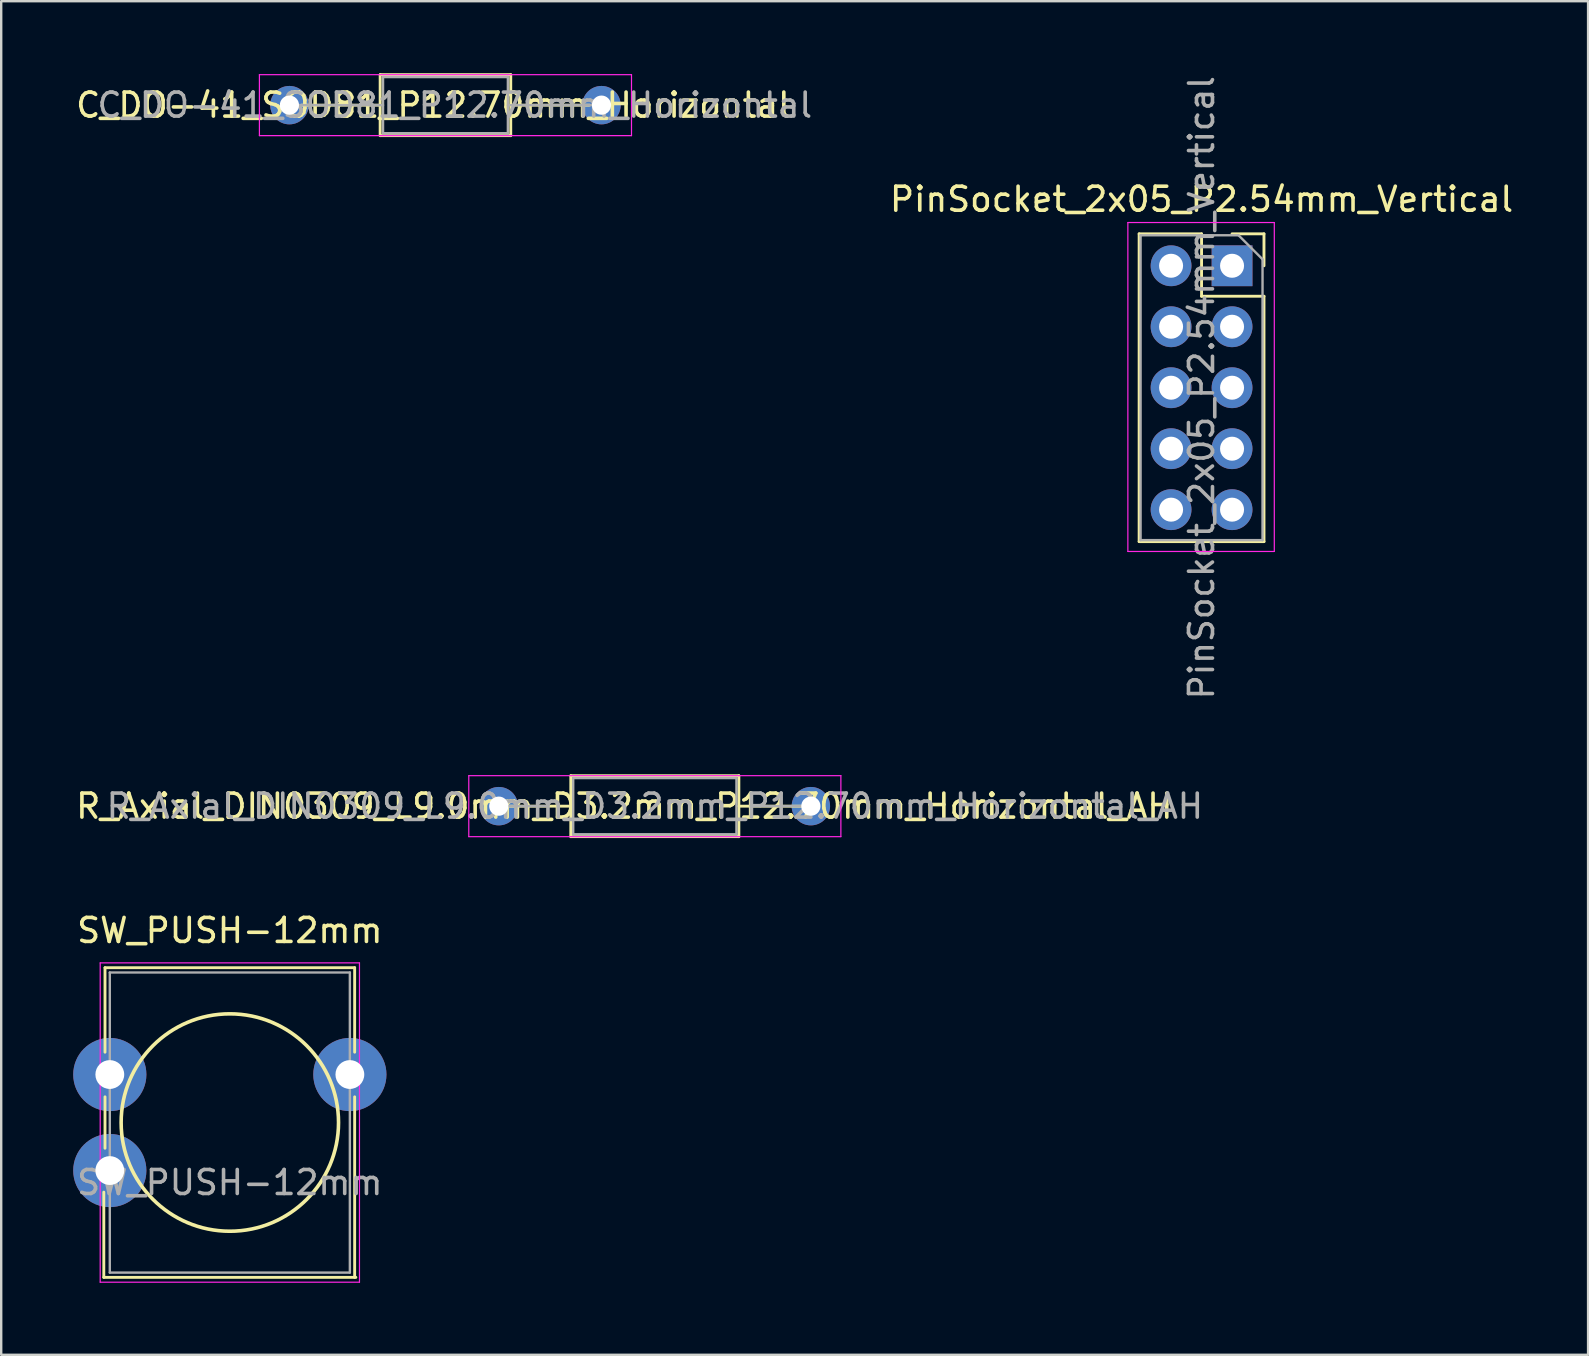
<source format=kicad_pcb>
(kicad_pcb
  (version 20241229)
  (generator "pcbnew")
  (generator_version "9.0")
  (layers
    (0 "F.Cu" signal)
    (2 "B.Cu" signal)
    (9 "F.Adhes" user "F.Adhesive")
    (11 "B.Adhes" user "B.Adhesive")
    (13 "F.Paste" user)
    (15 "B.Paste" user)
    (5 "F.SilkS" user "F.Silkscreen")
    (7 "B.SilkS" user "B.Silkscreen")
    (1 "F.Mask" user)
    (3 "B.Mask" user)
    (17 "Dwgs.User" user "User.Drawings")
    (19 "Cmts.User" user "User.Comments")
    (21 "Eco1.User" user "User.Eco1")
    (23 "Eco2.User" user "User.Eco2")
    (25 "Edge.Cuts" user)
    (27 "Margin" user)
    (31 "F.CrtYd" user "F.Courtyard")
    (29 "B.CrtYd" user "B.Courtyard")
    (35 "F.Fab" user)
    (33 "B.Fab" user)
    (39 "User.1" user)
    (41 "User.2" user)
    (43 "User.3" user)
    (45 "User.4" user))
  (footprint "R_Axial_DIN0309_L9.0mm_D3.2mm_P12.70mm_Horizontal_AH"
    (layer "F.Cu")
    (at 24.228 30.532)
    (property "Reference" "R_Axial_DIN0309_L9.0mm_D3.2mm_P12.70mm_Horizontal_AH" (at -1.27 0 0) (layer "F.SilkS") (effects (font (size 1 1) (thickness 0.15))))
    (attr through_hole)
    (fp_line (start -6.096 0) (end -3.5 0) (stroke (width 0.12) (type solid)) (layer "F.SilkS"))
    (fp_line (start -3.5 -1.27) (end -3.5 1.27) (stroke (width 0.12) (type solid)) (layer "F.SilkS"))
    (fp_line (start -3.5 1.27) (end 3.5 1.27) (stroke (width 0.12) (type solid)) (layer "F.SilkS"))
    (fp_line (start 3.5 -1.27) (end -3.5 -1.27) (stroke (width 0.12) (type solid)) (layer "F.SilkS"))
    (fp_line (start 3.5 1.27) (end 3.5 -1.27) (stroke (width 0.12) (type solid)) (layer "F.SilkS"))
    (fp_line (start 6.096 0) (end 3.5 0) (stroke (width 0.12) (type solid)) (layer "F.SilkS"))
    (fp_line (start -7.75 -1.27) (end -7.75 1.27) (stroke (width 0.05) (type solid)) (layer "F.CrtYd"))
    (fp_line (start -7.75 1.27) (end 7.75 1.27) (stroke (width 0.05) (type solid)) (layer "F.CrtYd"))
    (fp_line (start 7.75 -1.27) (end -7.75 -1.27) (stroke (width 0.05) (type solid)) (layer "F.CrtYd"))
    (fp_line (start 7.75 1.27) (end 7.75 -1.27) (stroke (width 0.05) (type solid)) (layer "F.CrtYd"))
    (fp_line (start -6.35 0) (end -4.5 0) (stroke (width 0.1) (type solid)) (layer "F.Fab"))
    (fp_line (start -3.4 -1.17) (end -3.4 1.17) (stroke (width 0.1) (type solid)) (layer "F.Fab"))
    (fp_line (start -3.4 1.17) (end 3.4 1.17) (stroke (width 0.1) (type solid)) (layer "F.Fab"))
    (fp_line (start 3.4 -1.17) (end -3.4 -1.17) (stroke (width 0.1) (type solid)) (layer "F.Fab"))
    (fp_line (start 3.4 1.17) (end 3.4 -1.17) (stroke (width 0.1) (type solid)) (layer "F.Fab"))
    (fp_line (start 6.35 0) (end 4.5 0) (stroke (width 0.1) (type solid)) (layer "F.Fab"))
    (fp_text user "${REFERENCE}" (at 0 0 0) (layer "F.Fab") (effects (font (size 1 1) (thickness 0.15))))
    (pad "1" thru_hole circle (at -6.5 0) (size 1.6 1.6) (drill 0.8) (layers "*.Cu" "*.Mask"))
    (pad "2" thru_hole oval (at 6.5 0) (size 1.6 1.6) (drill 0.8) (layers "*.Cu" "*.Mask")))
  (footprint "SW_PUSH-12mm"
    (layer "F.Cu")
    (at 6.524 43.711)
    (property "Reference" "SW_PUSH-12mm" (at 0 -8 0) (layer "F.SilkS") (effects (font (size 1 1) (thickness 0.15))))
    (attr through_hole)
    (fp_line (start -5.25 6.45) (end -5.25 2.9) (stroke (width 0.12) (type solid)) (layer "F.SilkS"))
    (fp_line (start -5.2 -6.45) (end 5.2 -6.45) (stroke (width 0.12) (type solid)) (layer "F.SilkS"))
    (fp_line (start -5.2 -2.93) (end -5.2 -6.45) (stroke (width 0.12) (type solid)) (layer "F.SilkS"))
    (fp_line (start -5.2 1.07) (end -5.2 -1.07) (stroke (width 0.12) (type solid)) (layer "F.SilkS"))
    (fp_line (start 5.2 -2.93) (end 5.2 -6.45) (stroke (width 0.12) (type solid)) (layer "F.SilkS"))
    (fp_line (start 5.2 6.45) (end 5.2 -1.07) (stroke (width 0.12) (type solid)) (layer "F.SilkS"))
    (fp_line (start 5.25 6.45) (end -5.25 6.45) (stroke (width 0.12) (type solid)) (layer "F.SilkS"))
    (fp_circle (center 0 0) (end 4.528 0) (stroke (width 0.15) (type solid)) (fill no) (layer "F.SilkS"))
    (fp_line (start -5.4 -6.65) (end -5.4 6.65) (stroke (width 0.05) (type solid)) (layer "F.CrtYd"))
    (fp_line (start -5.4 -6.65) (end 5.4 -6.65) (stroke (width 0.05) (type solid)) (layer "F.CrtYd"))
    (fp_line (start 5.4 -6.65) (end 5.4 6.65) (stroke (width 0.05) (type solid)) (layer "F.CrtYd"))
    (fp_line (start 5.4 6.65) (end -5.4 6.65) (stroke (width 0.05) (type solid)) (layer "F.CrtYd"))
    (fp_line (start -5 -6.25) (end -5 6.25) (stroke (width 0.1) (type solid)) (layer "F.Fab"))
    (fp_line (start -5 -6.25) (end 5 -6.25) (stroke (width 0.1) (type solid)) (layer "F.Fab"))
    (fp_line (start -5 6.25) (end 5 6.25) (stroke (width 0.1) (type solid)) (layer "F.Fab"))
    (fp_line (start 5 -6.25) (end 5 6.25) (stroke (width 0.1) (type solid)) (layer "F.Fab"))
    (fp_text user "${REFERENCE}" (at 0 2.5 0) (layer "F.Fab") (effects (font (size 1 1) (thickness 0.15))))
    (pad "1" thru_hole circle (at -5 -2) (size 3.048 3.048) (drill 1.2) (layers "*.Cu" "*.Mask"))
    (pad "2" thru_hole circle (at -5 2) (size 3.048 3.048) (drill 1.2) (layers "*.Cu" "*.Mask"))
    (pad "3" thru_hole circle (at 5 -2) (size 3.048 3.048) (drill 1.2) (layers "*.Cu" "*.Mask")))
  (footprint "PinSocket_2x05_P2.54mm_Vertical"
    (layer "F.Cu")
    (at 48.273 8.021)
    (property "Reference" "PinSocket_2x05_P2.54mm_Vertical" (at -1.27 -2.77 0) (layer "F.SilkS") (effects (font (size 1 1) (thickness 0.15))))
    (attr through_hole)
    (fp_line (start -3.87 -1.33) (end -3.87 11.49) (stroke (width 0.12) (type solid)) (layer "F.SilkS"))
    (fp_line (start -3.87 -1.33) (end -1.27 -1.33) (stroke (width 0.12) (type solid)) (layer "F.SilkS"))
    (fp_line (start -3.87 11.49) (end 1.33 11.49) (stroke (width 0.12) (type solid)) (layer "F.SilkS"))
    (fp_line (start -1.27 -1.33) (end -1.27 1.27) (stroke (width 0.12) (type solid)) (layer "F.SilkS"))
    (fp_line (start -1.27 1.27) (end 1.33 1.27) (stroke (width 0.12) (type solid)) (layer "F.SilkS"))
    (fp_line (start 0 -1.33) (end 1.33 -1.33) (stroke (width 0.12) (type solid)) (layer "F.SilkS"))
    (fp_line (start 1.33 -1.33) (end 1.33 0) (stroke (width 0.12) (type solid)) (layer "F.SilkS"))
    (fp_line (start 1.33 1.27) (end 1.33 11.49) (stroke (width 0.12) (type solid)) (layer "F.SilkS"))
    (fp_line (start -4.34 -1.8) (end 1.76 -1.8) (stroke (width 0.05) (type solid)) (layer "F.CrtYd"))
    (fp_line (start -4.34 11.9) (end -4.34 -1.8) (stroke (width 0.05) (type solid)) (layer "F.CrtYd"))
    (fp_line (start 1.76 -1.8) (end 1.76 11.9) (stroke (width 0.05) (type solid)) (layer "F.CrtYd"))
    (fp_line (start 1.76 11.9) (end -4.34 11.9) (stroke (width 0.05) (type solid)) (layer "F.CrtYd"))
    (fp_line (start -3.81 -1.27) (end 0.27 -1.27) (stroke (width 0.1) (type solid)) (layer "F.Fab"))
    (fp_line (start -3.81 11.43) (end -3.81 -1.27) (stroke (width 0.1) (type solid)) (layer "F.Fab"))
    (fp_line (start 0.27 -1.27) (end 1.27 -0.27) (stroke (width 0.1) (type solid)) (layer "F.Fab"))
    (fp_line (start 1.27 -0.27) (end 1.27 11.43) (stroke (width 0.1) (type solid)) (layer "F.Fab"))
    (fp_line (start 1.27 11.43) (end -3.81 11.43) (stroke (width 0.1) (type solid)) (layer "F.Fab"))
    (fp_text user "${REFERENCE}" (at -1.27 5.08 90) (layer "F.Fab") (effects (font (size 1 1) (thickness 0.15))))
    (pad "1" thru_hole rect (at 0 0) (size 1.7 1.7) (drill 1) (layers "*.Cu" "*.Mask"))
    (pad "2" thru_hole oval (at 0 2.54) (size 1.7 1.7) (drill 1) (layers "*.Cu" "*.Mask"))
    (pad "3" thru_hole oval (at 0 5.08) (size 1.7 1.7) (drill 1) (layers "*.Cu" "*.Mask"))
    (pad "4" thru_hole oval (at 0 7.62) (size 1.7 1.7) (drill 1) (layers "*.Cu" "*.Mask"))
    (pad "5" thru_hole oval (at 0 10.16) (size 1.7 1.7) (drill 1) (layers "*.Cu" "*.Mask"))
    (pad "6" thru_hole oval (at -2.54 10.16) (size 1.7 1.7) (drill 1) (layers "*.Cu" "*.Mask"))
    (pad "7" thru_hole oval (at -2.54 7.62) (size 1.7 1.7) (drill 1) (layers "*.Cu" "*.Mask"))
    (pad "8" thru_hole oval (at -2.54 5.08) (size 1.7 1.7) (drill 1) (layers "*.Cu" "*.Mask"))
    (pad "9" thru_hole oval (at -2.54 2.54) (size 1.7 1.7) (drill 1) (layers "*.Cu" "*.Mask"))
    (pad "10" thru_hole oval (at -2.54 0) (size 1.7 1.7) (drill 1) (layers "*.Cu" "*.Mask")))
  (footprint "C_DO-41_SOD81_P12.70mm_Horizontal"
    (layer "F.Cu")
    (at 15.506 1.33)
    (property "Reference" "C_DO-41_SOD81_P12.70mm_Horizontal" (at -0.5 0 0) (layer "F.SilkS") (effects (font (size 1 1) (thickness 0.15))))
    (attr through_hole)
    (fp_line (start -6 0) (end -2.72 0) (stroke (width 0.12) (type solid)) (layer "F.SilkS"))
    (fp_line (start -2.72 -1.27) (end -2.72 1.27) (stroke (width 0.12) (type solid)) (layer "F.SilkS"))
    (fp_line (start -2.72 1.27) (end 2.72 1.27) (stroke (width 0.12) (type solid)) (layer "F.SilkS"))
    (fp_line (start 2.72 -1.27) (end -2.72 -1.27) (stroke (width 0.12) (type solid)) (layer "F.SilkS"))
    (fp_line (start 2.72 1.27) (end 2.72 -1.27) (stroke (width 0.12) (type solid)) (layer "F.SilkS"))
    (fp_line (start 6 0) (end 2.72 0) (stroke (width 0.12) (type solid)) (layer "F.SilkS"))
    (fp_line (start -7.75 -1.27) (end -7.75 1.27) (stroke (width 0.05) (type solid)) (layer "F.CrtYd"))
    (fp_line (start -7.75 1.27) (end 7.75 1.27) (stroke (width 0.05) (type solid)) (layer "F.CrtYd"))
    (fp_line (start 7.75 -1.27) (end -7.75 -1.27) (stroke (width 0.05) (type solid)) (layer "F.CrtYd"))
    (fp_line (start 7.75 1.27) (end 7.75 -1.27) (stroke (width 0.05) (type solid)) (layer "F.CrtYd"))
    (fp_line (start -6.35 0) (end -2.6 0) (stroke (width 0.1) (type solid)) (layer "F.Fab"))
    (fp_line (start -2.6 -1.17) (end -2.6 1.17) (stroke (width 0.1) (type solid)) (layer "F.Fab"))
    (fp_line (start -2.6 1.17) (end 2.6 1.17) (stroke (width 0.1) (type solid)) (layer "F.Fab"))
    (fp_line (start 2.6 -1.17) (end -2.6 -1.17) (stroke (width 0.1) (type solid)) (layer "F.Fab"))
    (fp_line (start 2.6 1.17) (end 2.6 -1.17) (stroke (width 0.1) (type solid)) (layer "F.Fab"))
    (fp_line (start 6.35 0) (end 2.6 0) (stroke (width 0.1) (type solid)) (layer "F.Fab"))
    (fp_text user "${REFERENCE}" (at 0.39 0 0) (layer "F.Fab") (effects (font (size 1 1) (thickness 0.15))))
    (pad "1" thru_hole circle (at -6.5 0 180) (size 1.6 1.6) (drill 0.8) (layers "*.Cu" "*.Mask"))
    (pad "2" thru_hole circle (at 6.5 0) (size 1.6 1.6) (drill 0.8) (layers "*.Cu" "*.Mask")))
  (gr_rect
    (start -3 -3)
    (end 63.104 53.386)
    (stroke (width 0.1) (type default))
    (fill no)
    (layer "Edge.Cuts")))
</source>
